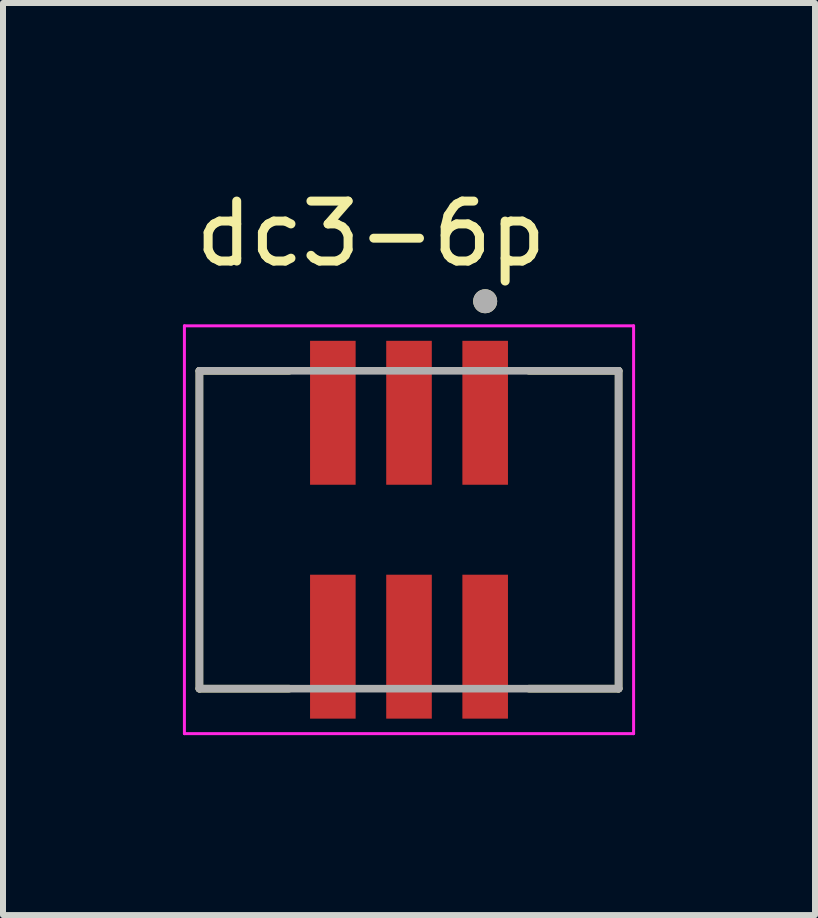
<source format=kicad_pcb>
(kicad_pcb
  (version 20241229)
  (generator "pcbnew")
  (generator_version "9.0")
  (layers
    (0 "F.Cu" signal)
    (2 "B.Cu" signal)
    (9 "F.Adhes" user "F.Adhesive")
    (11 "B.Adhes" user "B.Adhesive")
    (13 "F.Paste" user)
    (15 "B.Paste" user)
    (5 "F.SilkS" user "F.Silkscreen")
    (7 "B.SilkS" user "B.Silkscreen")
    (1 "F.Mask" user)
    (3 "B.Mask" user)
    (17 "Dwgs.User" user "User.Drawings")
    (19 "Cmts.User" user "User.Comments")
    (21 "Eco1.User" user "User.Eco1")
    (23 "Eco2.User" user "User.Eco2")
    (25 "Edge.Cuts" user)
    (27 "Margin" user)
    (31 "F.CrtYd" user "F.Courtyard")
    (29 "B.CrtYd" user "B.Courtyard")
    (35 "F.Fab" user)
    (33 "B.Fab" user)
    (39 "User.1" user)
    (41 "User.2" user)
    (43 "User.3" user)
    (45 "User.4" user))
  (footprint "dc3-6p"
    (layer "F.Cu")
    (at 3.77 5.783)
    (property "Reference" "dc3-6p" (at -0.635 -4.935 0) (layer "F.SilkS") (effects (font (size 1 1) (thickness 0.15))))
    (attr smd)
    (fp_line (start -3.495 -2.65) (end -3.495 2.65) (stroke (width 0.127) (type solid)) (layer "F.SilkS"))
    (fp_line (start -3.495 2.65) (end -2 2.65) (stroke (width 0.127) (type solid)) (layer "F.SilkS"))
    (fp_line (start -2 -2.65) (end -3.495 -2.65) (stroke (width 0.127) (type solid)) (layer "F.SilkS"))
    (fp_line (start 2 2.65) (end 3.495 2.65) (stroke (width 0.127) (type solid)) (layer "F.SilkS"))
    (fp_line (start 3.495 -2.65) (end 2 -2.65) (stroke (width 0.127) (type solid)) (layer "F.SilkS"))
    (fp_line (start 3.495 2.65) (end 3.495 -2.65) (stroke (width 0.127) (type solid)) (layer "F.SilkS"))
    (fp_circle (center 1.27 -3.81) (end 1.37 -3.81) (stroke (width 0.2) (type solid)) (fill no) (layer "F.SilkS"))
    (fp_line (start -3.745 -3.4) (end 3.745 -3.4) (stroke (width 0.05) (type solid)) (layer "F.CrtYd"))
    (fp_line (start -3.745 3.4) (end -3.745 -3.4) (stroke (width 0.05) (type solid)) (layer "F.CrtYd"))
    (fp_line (start 3.745 -3.4) (end 3.745 3.4) (stroke (width 0.05) (type solid)) (layer "F.CrtYd"))
    (fp_line (start 3.745 3.4) (end -3.745 3.4) (stroke (width 0.05) (type solid)) (layer "F.CrtYd"))
    (fp_line (start -3.495 -2.65) (end -3.495 2.65) (stroke (width 0.127) (type solid)) (layer "F.Fab"))
    (fp_line (start -3.495 2.65) (end 3.495 2.65) (stroke (width 0.127) (type solid)) (layer "F.Fab"))
    (fp_line (start 3.495 -2.65) (end -3.495 -2.65) (stroke (width 0.127) (type solid)) (layer "F.Fab"))
    (fp_line (start 3.495 2.65) (end 3.495 -2.65) (stroke (width 0.127) (type solid)) (layer "F.Fab"))
    (fp_circle (center 1.27 -3.81) (end 1.37 -3.81) (stroke (width 0.2) (type solid)) (fill no) (layer "F.Fab"))
    (pad "1" smd rect (at 1.27 -1.95) (size 0.76 2.4) (layers "F.Cu" "F.Mask" "F.Paste"))
    (pad "2" smd rect (at 1.27 1.95) (size 0.76 2.4) (layers "F.Cu" "F.Mask" "F.Paste"))
    (pad "3" smd rect (at 0 -1.95) (size 0.76 2.4) (layers "F.Cu" "F.Mask" "F.Paste"))
    (pad "4" smd rect (at 0 1.95) (size 0.76 2.4) (layers "F.Cu" "F.Mask" "F.Paste"))
    (pad "5" smd rect (at -1.27 -1.95) (size 0.76 2.4) (layers "F.Cu" "F.Mask" "F.Paste"))
    (pad "6" smd rect (at -1.27 1.95) (size 0.76 2.4) (layers "F.Cu" "F.Mask" "F.Paste")))
  (gr_rect
    (start -3 -3)
    (end 10.54 12.208)
    (stroke (width 0.1) (type default))
    (fill no)
    (layer "Edge.Cuts")))
</source>
